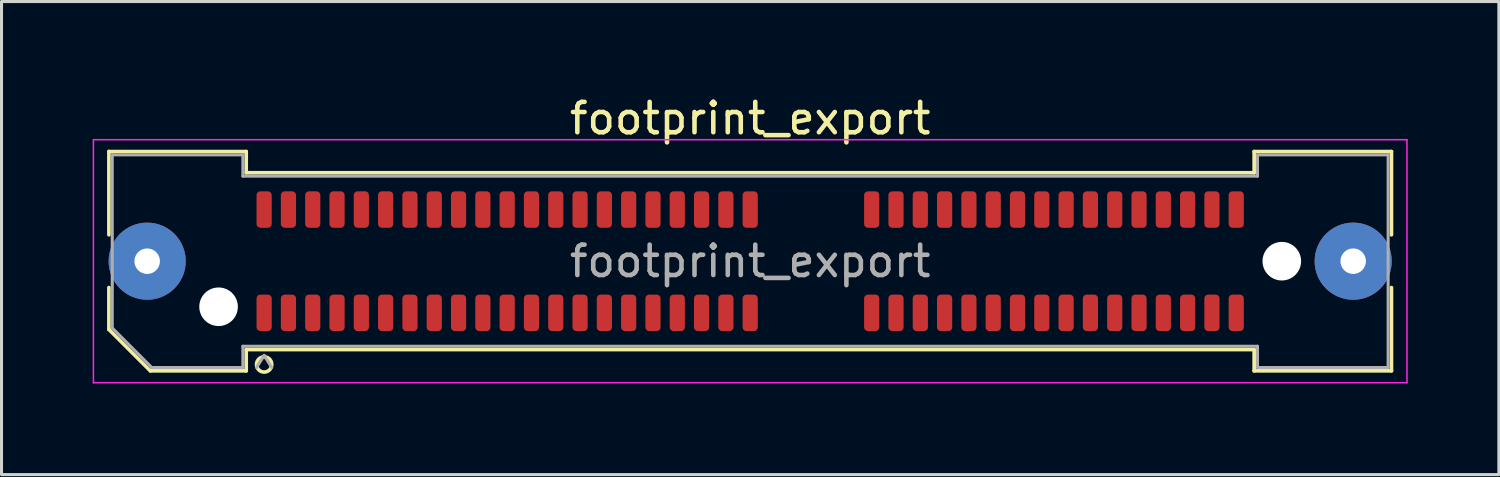
<source format=kicad_pcb>
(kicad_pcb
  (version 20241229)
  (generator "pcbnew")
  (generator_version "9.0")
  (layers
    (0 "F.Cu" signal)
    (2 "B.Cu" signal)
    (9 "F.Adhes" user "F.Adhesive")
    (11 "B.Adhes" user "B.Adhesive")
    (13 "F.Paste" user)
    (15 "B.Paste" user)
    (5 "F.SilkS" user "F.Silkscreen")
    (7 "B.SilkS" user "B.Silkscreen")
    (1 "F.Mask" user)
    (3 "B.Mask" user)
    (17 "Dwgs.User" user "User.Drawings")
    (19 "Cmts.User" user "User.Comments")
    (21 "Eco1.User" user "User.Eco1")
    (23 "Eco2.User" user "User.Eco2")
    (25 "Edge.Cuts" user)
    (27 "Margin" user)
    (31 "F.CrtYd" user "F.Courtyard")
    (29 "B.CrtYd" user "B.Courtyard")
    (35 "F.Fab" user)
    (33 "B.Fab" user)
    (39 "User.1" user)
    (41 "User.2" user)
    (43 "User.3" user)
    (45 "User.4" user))
  (footprint "footprint_export"
    (layer "F.Cu")
    (at 21.645 5.548)
    (property "Reference" "footprint_export" (at 0 -4.7 0) (layer "F.SilkS") (effects (font (size 1 1) (thickness 0.15))))
    (attr smd)
    (fp_line (start -21.11 -3.61) (end -16.59 -3.61) (stroke (width 0.12) (type solid)) (layer "F.SilkS"))
    (fp_line (start -21.11 -0.868) (end -21.11 -3.61) (stroke (width 0.12) (type solid)) (layer "F.SilkS"))
    (fp_line (start -21.11 2.246) (end -21.11 0.868) (stroke (width 0.12) (type solid)) (layer "F.SilkS"))
    (fp_line (start -19.746 3.61) (end -21.11 2.246) (stroke (width 0.12) (type solid)) (layer "F.SilkS"))
    (fp_line (start -16.59 -3.61) (end -16.59 -2.91) (stroke (width 0.12) (type solid)) (layer "F.SilkS"))
    (fp_line (start -16.59 -2.91) (end 16.59 -2.91) (stroke (width 0.12) (type solid)) (layer "F.SilkS"))
    (fp_line (start -16.59 2.91) (end -16.59 3.61) (stroke (width 0.12) (type solid)) (layer "F.SilkS"))
    (fp_line (start -16.59 3.61) (end -19.746 3.61) (stroke (width 0.12) (type solid)) (layer "F.SilkS"))
    (fp_line (start 16.59 -3.61) (end 21.11 -3.61) (stroke (width 0.12) (type solid)) (layer "F.SilkS"))
    (fp_line (start 16.59 -2.91) (end 16.59 -3.61) (stroke (width 0.12) (type solid)) (layer "F.SilkS"))
    (fp_line (start 16.59 2.91) (end -16.59 2.91) (stroke (width 0.12) (type solid)) (layer "F.SilkS"))
    (fp_line (start 16.59 3.61) (end 16.59 2.91) (stroke (width 0.12) (type solid)) (layer "F.SilkS"))
    (fp_line (start 21.11 -3.61) (end 21.11 -0.868) (stroke (width 0.12) (type solid)) (layer "F.SilkS"))
    (fp_line (start 21.11 0.868) (end 21.11 3.61) (stroke (width 0.12) (type solid)) (layer "F.SilkS"))
    (fp_line (start 21.11 3.61) (end 16.59 3.61) (stroke (width 0.12) (type solid)) (layer "F.SilkS"))
    (fp_arc (start -15.75 3.4) (mid -16.25 3.4) (end -15.75 3.4) (stroke (width 0.12) (type solid)) (layer "F.SilkS"))
    (fp_line (start -21.62 -4) (end -21.62 4) (stroke (width 0.05) (type solid)) (layer "F.CrtYd"))
    (fp_line (start -21.62 4) (end 21.62 4) (stroke (width 0.05) (type solid)) (layer "F.CrtYd"))
    (fp_line (start 21.62 -4) (end -21.62 -4) (stroke (width 0.05) (type solid)) (layer "F.CrtYd"))
    (fp_line (start 21.62 4) (end 21.62 -4) (stroke (width 0.05) (type solid)) (layer "F.CrtYd"))
    (fp_line (start -21 -3.5) (end -16.7 -3.5) (stroke (width 0.1) (type solid)) (layer "F.Fab"))
    (fp_line (start -21 2.2) (end -21 -3.5) (stroke (width 0.1) (type solid)) (layer "F.Fab"))
    (fp_line (start -19.7 3.5) (end -21 2.2) (stroke (width 0.1) (type solid)) (layer "F.Fab"))
    (fp_line (start -16.7 -3.5) (end -16.7 -2.8) (stroke (width 0.1) (type solid)) (layer "F.Fab"))
    (fp_line (start -16.7 -2.8) (end 16.7 -2.8) (stroke (width 0.1) (type solid)) (layer "F.Fab"))
    (fp_line (start -16.7 2.8) (end -16.7 3.5) (stroke (width 0.1) (type solid)) (layer "F.Fab"))
    (fp_line (start -16.7 3.5) (end -19.7 3.5) (stroke (width 0.1) (type solid)) (layer "F.Fab"))
    (fp_line (start -16 3.1) (end -16.25 3.5) (stroke (width 0.1) (type solid)) (layer "F.Fab"))
    (fp_line (start -16 3.1) (end -15.75 3.5) (stroke (width 0.1) (type solid)) (layer "F.Fab"))
    (fp_line (start 16.7 -3.5) (end 21 -3.5) (stroke (width 0.1) (type solid)) (layer "F.Fab"))
    (fp_line (start 16.7 -2.8) (end 16.7 -3.5) (stroke (width 0.1) (type solid)) (layer "F.Fab"))
    (fp_line (start 16.7 2.8) (end -16.7 2.8) (stroke (width 0.1) (type solid)) (layer "F.Fab"))
    (fp_line (start 16.7 3.5) (end 16.7 2.8) (stroke (width 0.1) (type solid)) (layer "F.Fab"))
    (fp_line (start 21 -3.5) (end 21 3.5) (stroke (width 0.1) (type solid)) (layer "F.Fab"))
    (fp_line (start 21 3.5) (end 16.7 3.5) (stroke (width 0.1) (type solid)) (layer "F.Fab"))
    (fp_text user "${REFERENCE}" (at 0 0 0) (layer "F.Fab") (effects (font (size 1 1) (thickness 0.15))))
    (pad "" thru_hole circle (at -19.85 0) (size 2.54 2.54) (drill 0.84) (layers "*.Cu" "*.Mask" "F.Paste"))
    (pad "" np_thru_hole circle (at -17.5 1.5) (size 1.27 1.27) (drill 1.27) (layers "*.Cu" "*.Mask"))
    (pad "" np_thru_hole circle (at 17.5 0) (size 1.27 1.27) (drill 1.27) (layers "*.Cu" "*.Mask"))
    (pad "" thru_hole circle (at 19.85 0) (size 2.54 2.54) (drill 0.84) (layers "*.Cu" "*.Mask" "F.Paste"))
    (pad "1" smd roundrect (at -16 1.7) (size 0.5 1.2) (layers "F.Cu" "F.Mask" "F.Paste") (roundrect_rratio 0.25))
    (pad "2" smd roundrect (at -16 -1.7) (size 0.5 1.2) (layers "F.Cu" "F.Mask" "F.Paste") (roundrect_rratio 0.25))
    (pad "3" smd roundrect (at -15.2 1.7) (size 0.5 1.2) (layers "F.Cu" "F.Mask" "F.Paste") (roundrect_rratio 0.25))
    (pad "4" smd roundrect (at -15.2 -1.7) (size 0.5 1.2) (layers "F.Cu" "F.Mask" "F.Paste") (roundrect_rratio 0.25))
    (pad "5" smd roundrect (at -14.4 1.7) (size 0.5 1.2) (layers "F.Cu" "F.Mask" "F.Paste") (roundrect_rratio 0.25))
    (pad "6" smd roundrect (at -14.4 -1.7) (size 0.5 1.2) (layers "F.Cu" "F.Mask" "F.Paste") (roundrect_rratio 0.25))
    (pad "7" smd roundrect (at -13.6 1.7) (size 0.5 1.2) (layers "F.Cu" "F.Mask" "F.Paste") (roundrect_rratio 0.25))
    (pad "8" smd roundrect (at -13.6 -1.7) (size 0.5 1.2) (layers "F.Cu" "F.Mask" "F.Paste") (roundrect_rratio 0.25))
    (pad "9" smd roundrect (at -12.8 1.7) (size 0.5 1.2) (layers "F.Cu" "F.Mask" "F.Paste") (roundrect_rratio 0.25))
    (pad "10" smd roundrect (at -12.8 -1.7) (size 0.5 1.2) (layers "F.Cu" "F.Mask" "F.Paste") (roundrect_rratio 0.25))
    (pad "11" smd roundrect (at -12 1.7) (size 0.5 1.2) (layers "F.Cu" "F.Mask" "F.Paste") (roundrect_rratio 0.25))
    (pad "12" smd roundrect (at -12 -1.7) (size 0.5 1.2) (layers "F.Cu" "F.Mask" "F.Paste") (roundrect_rratio 0.25))
    (pad "13" smd roundrect (at -11.2 1.7) (size 0.5 1.2) (layers "F.Cu" "F.Mask" "F.Paste") (roundrect_rratio 0.25))
    (pad "14" smd roundrect (at -11.2 -1.7) (size 0.5 1.2) (layers "F.Cu" "F.Mask" "F.Paste") (roundrect_rratio 0.25))
    (pad "15" smd roundrect (at -10.4 1.7) (size 0.5 1.2) (layers "F.Cu" "F.Mask" "F.Paste") (roundrect_rratio 0.25))
    (pad "16" smd roundrect (at -10.4 -1.7) (size 0.5 1.2) (layers "F.Cu" "F.Mask" "F.Paste") (roundrect_rratio 0.25))
    (pad "17" smd roundrect (at -9.6 1.7) (size 0.5 1.2) (layers "F.Cu" "F.Mask" "F.Paste") (roundrect_rratio 0.25))
    (pad "18" smd roundrect (at -9.6 -1.7) (size 0.5 1.2) (layers "F.Cu" "F.Mask" "F.Paste") (roundrect_rratio 0.25))
    (pad "19" smd roundrect (at -8.8 1.7) (size 0.5 1.2) (layers "F.Cu" "F.Mask" "F.Paste") (roundrect_rratio 0.25))
    (pad "20" smd roundrect (at -8.8 -1.7) (size 0.5 1.2) (layers "F.Cu" "F.Mask" "F.Paste") (roundrect_rratio 0.25))
    (pad "21" smd roundrect (at -8 1.7) (size 0.5 1.2) (layers "F.Cu" "F.Mask" "F.Paste") (roundrect_rratio 0.25))
    (pad "22" smd roundrect (at -8 -1.7) (size 0.5 1.2) (layers "F.Cu" "F.Mask" "F.Paste") (roundrect_rratio 0.25))
    (pad "23" smd roundrect (at -7.2 1.7) (size 0.5 1.2) (layers "F.Cu" "F.Mask" "F.Paste") (roundrect_rratio 0.25))
    (pad "24" smd roundrect (at -7.2 -1.7) (size 0.5 1.2) (layers "F.Cu" "F.Mask" "F.Paste") (roundrect_rratio 0.25))
    (pad "25" smd roundrect (at -6.4 1.7) (size 0.5 1.2) (layers "F.Cu" "F.Mask" "F.Paste") (roundrect_rratio 0.25))
    (pad "26" smd roundrect (at -6.4 -1.7) (size 0.5 1.2) (layers "F.Cu" "F.Mask" "F.Paste") (roundrect_rratio 0.25))
    (pad "27" smd roundrect (at -5.6 1.7) (size 0.5 1.2) (layers "F.Cu" "F.Mask" "F.Paste") (roundrect_rratio 0.25))
    (pad "28" smd roundrect (at -5.6 -1.7) (size 0.5 1.2) (layers "F.Cu" "F.Mask" "F.Paste") (roundrect_rratio 0.25))
    (pad "29" smd roundrect (at -4.8 1.7) (size 0.5 1.2) (layers "F.Cu" "F.Mask" "F.Paste") (roundrect_rratio 0.25))
    (pad "30" smd roundrect (at -4.8 -1.7) (size 0.5 1.2) (layers "F.Cu" "F.Mask" "F.Paste") (roundrect_rratio 0.25))
    (pad "31" smd roundrect (at -4 1.7) (size 0.5 1.2) (layers "F.Cu" "F.Mask" "F.Paste") (roundrect_rratio 0.25))
    (pad "32" smd roundrect (at -4 -1.7) (size 0.5 1.2) (layers "F.Cu" "F.Mask" "F.Paste") (roundrect_rratio 0.25))
    (pad "33" smd roundrect (at -3.2 1.7) (size 0.5 1.2) (layers "F.Cu" "F.Mask" "F.Paste") (roundrect_rratio 0.25))
    (pad "34" smd roundrect (at -3.2 -1.7) (size 0.5 1.2) (layers "F.Cu" "F.Mask" "F.Paste") (roundrect_rratio 0.25))
    (pad "35" smd roundrect (at -2.4 1.7) (size 0.5 1.2) (layers "F.Cu" "F.Mask" "F.Paste") (roundrect_rratio 0.25))
    (pad "36" smd roundrect (at -2.4 -1.7) (size 0.5 1.2) (layers "F.Cu" "F.Mask" "F.Paste") (roundrect_rratio 0.25))
    (pad "37" smd roundrect (at -1.6 1.7) (size 0.5 1.2) (layers "F.Cu" "F.Mask" "F.Paste") (roundrect_rratio 0.25))
    (pad "38" smd roundrect (at -1.6 -1.7) (size 0.5 1.2) (layers "F.Cu" "F.Mask" "F.Paste") (roundrect_rratio 0.25))
    (pad "39" smd roundrect (at -0.8 1.7) (size 0.5 1.2) (layers "F.Cu" "F.Mask" "F.Paste") (roundrect_rratio 0.25))
    (pad "40" smd roundrect (at -0.8 -1.7) (size 0.5 1.2) (layers "F.Cu" "F.Mask" "F.Paste") (roundrect_rratio 0.25))
    (pad "41" smd roundrect (at 0 1.7) (size 0.5 1.2) (layers "F.Cu" "F.Mask" "F.Paste") (roundrect_rratio 0.25))
    (pad "42" smd roundrect (at 0 -1.7) (size 0.5 1.2) (layers "F.Cu" "F.Mask" "F.Paste") (roundrect_rratio 0.25))
    (pad "43" smd roundrect (at 4 1.7) (size 0.5 1.2) (layers "F.Cu" "F.Mask" "F.Paste") (roundrect_rratio 0.25))
    (pad "44" smd roundrect (at 4 -1.7) (size 0.5 1.2) (layers "F.Cu" "F.Mask" "F.Paste") (roundrect_rratio 0.25))
    (pad "45" smd roundrect (at 4.8 1.7) (size 0.5 1.2) (layers "F.Cu" "F.Mask" "F.Paste") (roundrect_rratio 0.25))
    (pad "46" smd roundrect (at 4.8 -1.7) (size 0.5 1.2) (layers "F.Cu" "F.Mask" "F.Paste") (roundrect_rratio 0.25))
    (pad "47" smd roundrect (at 5.6 1.7) (size 0.5 1.2) (layers "F.Cu" "F.Mask" "F.Paste") (roundrect_rratio 0.25))
    (pad "48" smd roundrect (at 5.6 -1.7) (size 0.5 1.2) (layers "F.Cu" "F.Mask" "F.Paste") (roundrect_rratio 0.25))
    (pad "49" smd roundrect (at 6.4 1.7) (size 0.5 1.2) (layers "F.Cu" "F.Mask" "F.Paste") (roundrect_rratio 0.25))
    (pad "50" smd roundrect (at 6.4 -1.7) (size 0.5 1.2) (layers "F.Cu" "F.Mask" "F.Paste") (roundrect_rratio 0.25))
    (pad "51" smd roundrect (at 7.2 1.7) (size 0.5 1.2) (layers "F.Cu" "F.Mask" "F.Paste") (roundrect_rratio 0.25))
    (pad "52" smd roundrect (at 7.2 -1.7) (size 0.5 1.2) (layers "F.Cu" "F.Mask" "F.Paste") (roundrect_rratio 0.25))
    (pad "53" smd roundrect (at 8 1.7) (size 0.5 1.2) (layers "F.Cu" "F.Mask" "F.Paste") (roundrect_rratio 0.25))
    (pad "54" smd roundrect (at 8 -1.7) (size 0.5 1.2) (layers "F.Cu" "F.Mask" "F.Paste") (roundrect_rratio 0.25))
    (pad "55" smd roundrect (at 8.8 1.7) (size 0.5 1.2) (layers "F.Cu" "F.Mask" "F.Paste") (roundrect_rratio 0.25))
    (pad "56" smd roundrect (at 8.8 -1.7) (size 0.5 1.2) (layers "F.Cu" "F.Mask" "F.Paste") (roundrect_rratio 0.25))
    (pad "57" smd roundrect (at 9.6 1.7) (size 0.5 1.2) (layers "F.Cu" "F.Mask" "F.Paste") (roundrect_rratio 0.25))
    (pad "58" smd roundrect (at 9.6 -1.7) (size 0.5 1.2) (layers "F.Cu" "F.Mask" "F.Paste") (roundrect_rratio 0.25))
    (pad "59" smd roundrect (at 10.4 1.7) (size 0.5 1.2) (layers "F.Cu" "F.Mask" "F.Paste") (roundrect_rratio 0.25))
    (pad "60" smd roundrect (at 10.4 -1.7) (size 0.5 1.2) (layers "F.Cu" "F.Mask" "F.Paste") (roundrect_rratio 0.25))
    (pad "61" smd roundrect (at 11.2 1.7) (size 0.5 1.2) (layers "F.Cu" "F.Mask" "F.Paste") (roundrect_rratio 0.25))
    (pad "62" smd roundrect (at 11.2 -1.7) (size 0.5 1.2) (layers "F.Cu" "F.Mask" "F.Paste") (roundrect_rratio 0.25))
    (pad "63" smd roundrect (at 12 1.7) (size 0.5 1.2) (layers "F.Cu" "F.Mask" "F.Paste") (roundrect_rratio 0.25))
    (pad "64" smd roundrect (at 12 -1.7) (size 0.5 1.2) (layers "F.Cu" "F.Mask" "F.Paste") (roundrect_rratio 0.25))
    (pad "65" smd roundrect (at 12.8 1.7) (size 0.5 1.2) (layers "F.Cu" "F.Mask" "F.Paste") (roundrect_rratio 0.25))
    (pad "66" smd roundrect (at 12.8 -1.7) (size 0.5 1.2) (layers "F.Cu" "F.Mask" "F.Paste") (roundrect_rratio 0.25))
    (pad "67" smd roundrect (at 13.6 1.7) (size 0.5 1.2) (layers "F.Cu" "F.Mask" "F.Paste") (roundrect_rratio 0.25))
    (pad "68" smd roundrect (at 13.6 -1.7) (size 0.5 1.2) (layers "F.Cu" "F.Mask" "F.Paste") (roundrect_rratio 0.25))
    (pad "69" smd roundrect (at 14.4 1.7) (size 0.5 1.2) (layers "F.Cu" "F.Mask" "F.Paste") (roundrect_rratio 0.25))
    (pad "70" smd roundrect (at 14.4 -1.7) (size 0.5 1.2) (layers "F.Cu" "F.Mask" "F.Paste") (roundrect_rratio 0.25))
    (pad "71" smd roundrect (at 15.2 1.7) (size 0.5 1.2) (layers "F.Cu" "F.Mask" "F.Paste") (roundrect_rratio 0.25))
    (pad "72" smd roundrect (at 15.2 -1.7) (size 0.5 1.2) (layers "F.Cu" "F.Mask" "F.Paste") (roundrect_rratio 0.25))
    (pad "73" smd roundrect (at 16 1.7) (size 0.5 1.2) (layers "F.Cu" "F.Mask" "F.Paste") (roundrect_rratio 0.25))
    (pad "74" smd roundrect (at 16 -1.7) (size 0.5 1.2) (layers "F.Cu" "F.Mask" "F.Paste") (roundrect_rratio 0.25)))
  (gr_rect
    (start -3 -3)
    (end 46.29 12.573)
    (stroke (width 0.1) (type default))
    (fill no)
    (layer "Edge.Cuts")))
</source>
